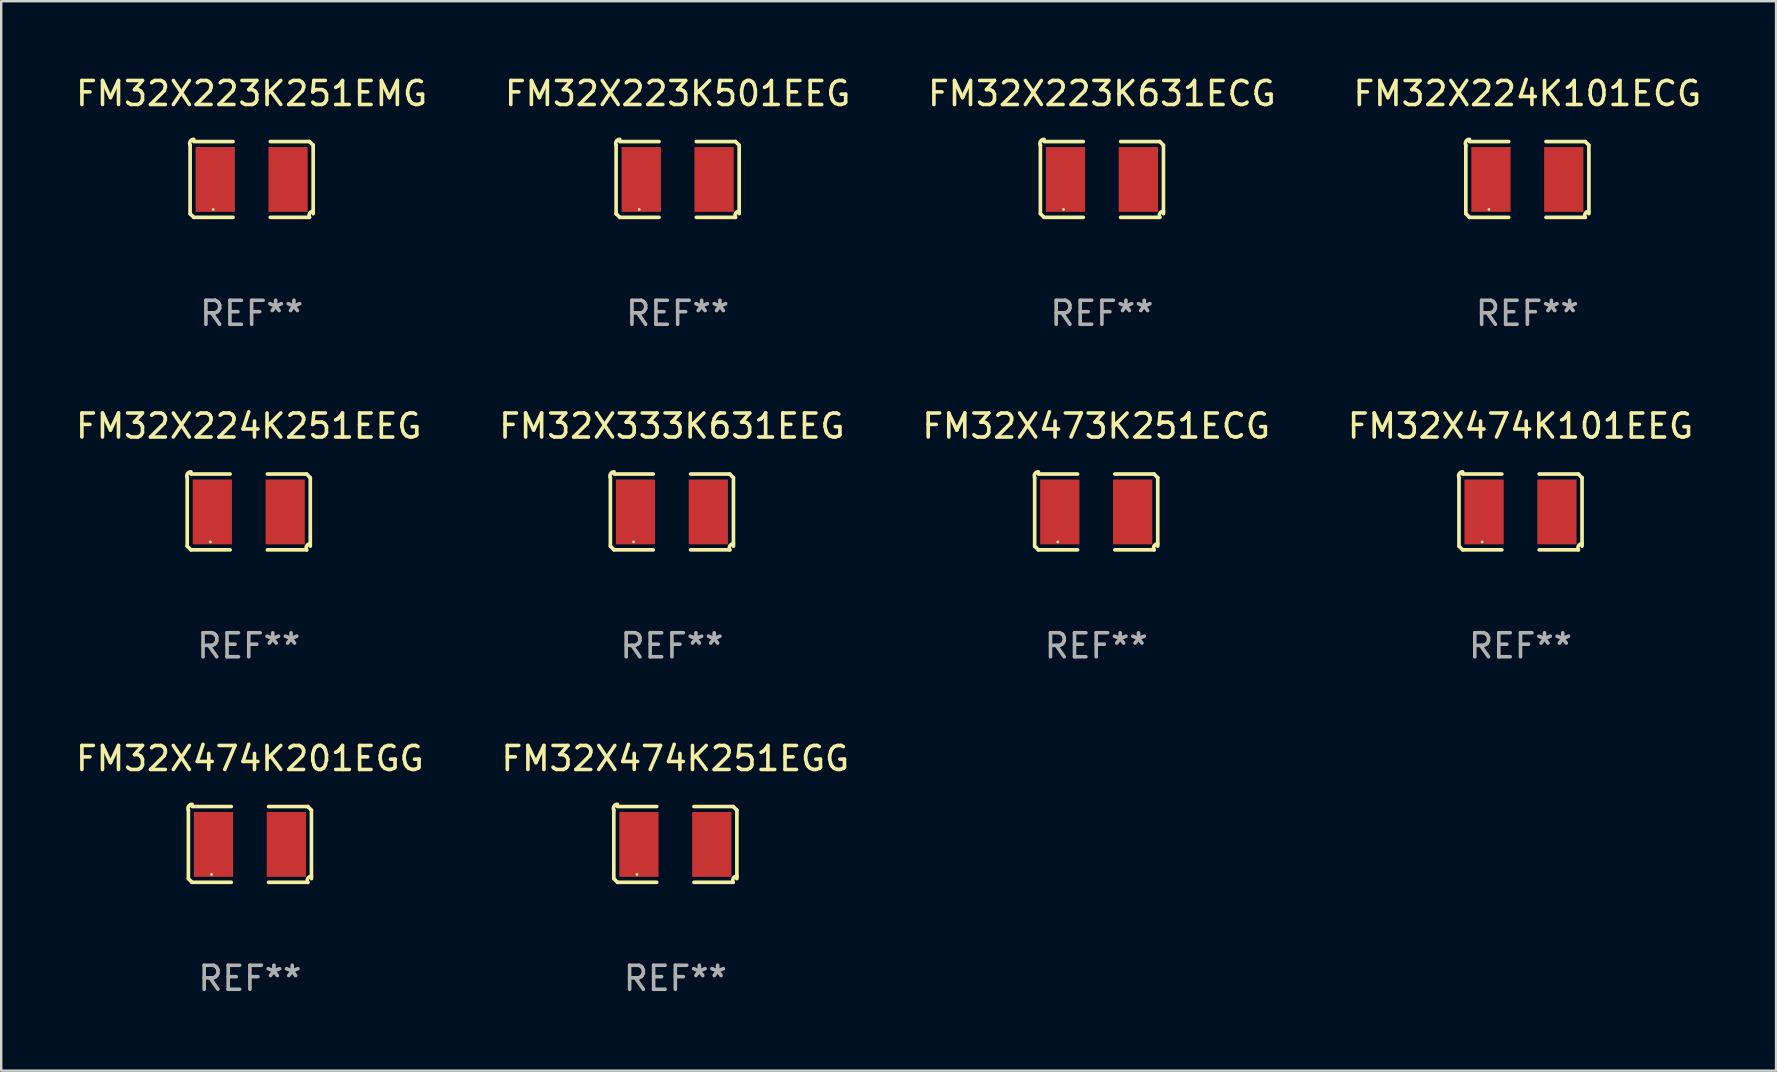
<source format=kicad_pcb>
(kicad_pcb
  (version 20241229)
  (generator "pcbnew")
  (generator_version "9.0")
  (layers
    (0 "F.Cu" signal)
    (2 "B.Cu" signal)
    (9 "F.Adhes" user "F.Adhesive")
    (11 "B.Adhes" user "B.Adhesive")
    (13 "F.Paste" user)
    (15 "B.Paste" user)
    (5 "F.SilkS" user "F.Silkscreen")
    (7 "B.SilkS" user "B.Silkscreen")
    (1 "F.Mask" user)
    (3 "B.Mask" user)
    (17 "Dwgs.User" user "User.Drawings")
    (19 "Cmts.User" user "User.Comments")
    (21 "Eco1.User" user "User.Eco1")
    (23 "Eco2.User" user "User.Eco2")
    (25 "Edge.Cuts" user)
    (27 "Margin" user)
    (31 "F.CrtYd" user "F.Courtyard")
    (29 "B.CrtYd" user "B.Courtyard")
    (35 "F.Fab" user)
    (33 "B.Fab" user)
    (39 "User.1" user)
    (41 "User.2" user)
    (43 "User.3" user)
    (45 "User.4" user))
  (footprint "FM32X224K251EEG"
    (layer "F.Cu")
    (at 7.315 18.281)
    (property "Reference" "FM32X224K251EEG" (at 0 -3.579 0) (layer "F.SilkS") (effects (font (size 1 1) (thickness 0.15))))
    (attr through_hole)
    (fp_line (start -2.564 1.426) (end -2.564 -1.426) (stroke (width 0.152) (type solid)) (layer "F.SilkS"))
    (fp_line (start -2.411 -1.579) (end -0.776 -1.579) (stroke (width 0.152) (type solid)) (layer "F.SilkS"))
    (fp_line (start -0.776 1.579) (end -2.411 1.579) (stroke (width 0.152) (type solid)) (layer "F.SilkS"))
    (fp_line (start 0.776 1.579) (end 2.411 1.579) (stroke (width 0.152) (type solid)) (layer "F.SilkS"))
    (fp_line (start 2.411 -1.579) (end 0.776 -1.579) (stroke (width 0.152) (type solid)) (layer "F.SilkS"))
    (fp_line (start 2.564 1.426) (end 2.564 -1.426) (stroke (width 0.152) (type solid)) (layer "F.SilkS"))
    (fp_arc (start -2.563602 -1.426213) (mid -2.555597 -1.591233) (end -2.411201 -1.671518) (stroke (width 0.1524) (type solid)) (layer "F.SilkS"))
    (fp_arc (start -2.5636 1.426214) (mid -2.487389 1.502402) (end -2.411201 1.578613) (stroke (width 0.1524) (type solid)) (layer "F.SilkS"))
    (fp_arc (start 2.411197 -1.578618) (mid 2.487403 -1.502419) (end 2.563602 -1.426213) (stroke (width 0.1524) (type solid)) (layer "F.SilkS"))
    (fp_arc (start 2.411201 1.578613) (mid 2.416214 1.409455) (end 2.563602 1.32629) (stroke (width 0.1524) (type solid)) (layer "F.SilkS"))
    (fp_circle (center -1.6 1.25) (end -1.57 1.25) (stroke (width 0.06) (type solid)) (fill no) (layer "F.SilkS"))
    (fp_text user "REF**" (at 0 5.579 0) (layer "F.Fab") (effects (font (size 1 1) (thickness 0.15))))
    (pad "1" smd rect (at -1.517 0) (size 1.635 2.7) (layers "F.Cu" "F.Mask" "F.Paste"))
    (pad "2" smd rect (at 1.517 0) (size 1.635 2.7) (layers "F.Cu" "F.Mask" "F.Paste")))
  (footprint "FM32X223K251EMG"
    (layer "F.Cu")
    (at 7.435 4.427)
    (property "Reference" "FM32X223K251EMG" (at 0 -3.579 0) (layer "F.SilkS") (effects (font (size 1 1) (thickness 0.15))))
    (attr through_hole)
    (fp_line (start -2.564 1.426) (end -2.564 -1.426) (stroke (width 0.152) (type solid)) (layer "F.SilkS"))
    (fp_line (start -2.411 -1.579) (end -0.776 -1.579) (stroke (width 0.152) (type solid)) (layer "F.SilkS"))
    (fp_line (start -0.776 1.579) (end -2.411 1.579) (stroke (width 0.152) (type solid)) (layer "F.SilkS"))
    (fp_line (start 0.776 1.579) (end 2.411 1.579) (stroke (width 0.152) (type solid)) (layer "F.SilkS"))
    (fp_line (start 2.411 -1.579) (end 0.776 -1.579) (stroke (width 0.152) (type solid)) (layer "F.SilkS"))
    (fp_line (start 2.564 1.426) (end 2.564 -1.426) (stroke (width 0.152) (type solid)) (layer "F.SilkS"))
    (fp_arc (start -2.563602 -1.426213) (mid -2.555597 -1.591233) (end -2.411201 -1.671518) (stroke (width 0.1524) (type solid)) (layer "F.SilkS"))
    (fp_arc (start -2.5636 1.426214) (mid -2.487389 1.502402) (end -2.411201 1.578613) (stroke (width 0.1524) (type solid)) (layer "F.SilkS"))
    (fp_arc (start 2.411197 -1.578618) (mid 2.487403 -1.502419) (end 2.563602 -1.426213) (stroke (width 0.1524) (type solid)) (layer "F.SilkS"))
    (fp_arc (start 2.411201 1.578613) (mid 2.416214 1.409455) (end 2.563602 1.32629) (stroke (width 0.1524) (type solid)) (layer "F.SilkS"))
    (fp_circle (center -1.6 1.25) (end -1.57 1.25) (stroke (width 0.06) (type solid)) (fill no) (layer "F.SilkS"))
    (fp_text user "REF**" (at 0 5.579 0) (layer "F.Fab") (effects (font (size 1 1) (thickness 0.15))))
    (pad "1" smd rect (at -1.517 0) (size 1.635 2.7) (layers "F.Cu" "F.Mask" "F.Paste"))
    (pad "2" smd rect (at 1.517 0) (size 1.635 2.7) (layers "F.Cu" "F.Mask" "F.Paste")))
  (footprint "FM32X473K251ECG"
    (layer "F.Cu")
    (at 42.625 18.281)
    (property "Reference" "FM32X473K251ECG" (at 0 -3.579 0) (layer "F.SilkS") (effects (font (size 1 1) (thickness 0.15))))
    (attr through_hole)
    (fp_line (start -2.564 1.426) (end -2.564 -1.426) (stroke (width 0.152) (type solid)) (layer "F.SilkS"))
    (fp_line (start -2.411 -1.579) (end -0.776 -1.579) (stroke (width 0.152) (type solid)) (layer "F.SilkS"))
    (fp_line (start -0.776 1.579) (end -2.411 1.579) (stroke (width 0.152) (type solid)) (layer "F.SilkS"))
    (fp_line (start 0.776 1.579) (end 2.411 1.579) (stroke (width 0.152) (type solid)) (layer "F.SilkS"))
    (fp_line (start 2.411 -1.579) (end 0.776 -1.579) (stroke (width 0.152) (type solid)) (layer "F.SilkS"))
    (fp_line (start 2.564 1.426) (end 2.564 -1.426) (stroke (width 0.152) (type solid)) (layer "F.SilkS"))
    (fp_arc (start -2.563602 -1.426213) (mid -2.555597 -1.591233) (end -2.411201 -1.671518) (stroke (width 0.1524) (type solid)) (layer "F.SilkS"))
    (fp_arc (start -2.5636 1.426214) (mid -2.487389 1.502402) (end -2.411201 1.578613) (stroke (width 0.1524) (type solid)) (layer "F.SilkS"))
    (fp_arc (start 2.411197 -1.578618) (mid 2.487403 -1.502419) (end 2.563602 -1.426213) (stroke (width 0.1524) (type solid)) (layer "F.SilkS"))
    (fp_arc (start 2.411201 1.578613) (mid 2.416214 1.409455) (end 2.563602 1.32629) (stroke (width 0.1524) (type solid)) (layer "F.SilkS"))
    (fp_circle (center -1.6 1.25) (end -1.57 1.25) (stroke (width 0.06) (type solid)) (fill no) (layer "F.SilkS"))
    (fp_text user "REF**" (at 0 5.579 0) (layer "F.Fab") (effects (font (size 1 1) (thickness 0.15))))
    (pad "1" smd rect (at -1.517 0) (size 1.635 2.7) (layers "F.Cu" "F.Mask" "F.Paste"))
    (pad "2" smd rect (at 1.517 0) (size 1.635 2.7) (layers "F.Cu" "F.Mask" "F.Paste")))
  (footprint "FM32X223K501EEG"
    (layer "F.Cu")
    (at 25.185 4.427)
    (property "Reference" "FM32X223K501EEG" (at 0 -3.579 0) (layer "F.SilkS") (effects (font (size 1 1) (thickness 0.15))))
    (attr through_hole)
    (fp_line (start -2.564 1.426) (end -2.564 -1.426) (stroke (width 0.152) (type solid)) (layer "F.SilkS"))
    (fp_line (start -2.411 -1.579) (end -0.776 -1.579) (stroke (width 0.152) (type solid)) (layer "F.SilkS"))
    (fp_line (start -0.776 1.579) (end -2.411 1.579) (stroke (width 0.152) (type solid)) (layer "F.SilkS"))
    (fp_line (start 0.776 1.579) (end 2.411 1.579) (stroke (width 0.152) (type solid)) (layer "F.SilkS"))
    (fp_line (start 2.411 -1.579) (end 0.776 -1.579) (stroke (width 0.152) (type solid)) (layer "F.SilkS"))
    (fp_line (start 2.564 1.426) (end 2.564 -1.426) (stroke (width 0.152) (type solid)) (layer "F.SilkS"))
    (fp_arc (start -2.563602 -1.426213) (mid -2.555597 -1.591233) (end -2.411201 -1.671518) (stroke (width 0.1524) (type solid)) (layer "F.SilkS"))
    (fp_arc (start -2.5636 1.426214) (mid -2.487389 1.502402) (end -2.411201 1.578613) (stroke (width 0.1524) (type solid)) (layer "F.SilkS"))
    (fp_arc (start 2.411197 -1.578618) (mid 2.487403 -1.502419) (end 2.563602 -1.426213) (stroke (width 0.1524) (type solid)) (layer "F.SilkS"))
    (fp_arc (start 2.411201 1.578613) (mid 2.416214 1.409455) (end 2.563602 1.32629) (stroke (width 0.1524) (type solid)) (layer "F.SilkS"))
    (fp_circle (center -1.6 1.25) (end -1.57 1.25) (stroke (width 0.06) (type solid)) (fill no) (layer "F.SilkS"))
    (fp_text user "REF**" (at 0 5.579 0) (layer "F.Fab") (effects (font (size 1 1) (thickness 0.15))))
    (pad "1" smd rect (at -1.517 0) (size 1.635 2.7) (layers "F.Cu" "F.Mask" "F.Paste"))
    (pad "2" smd rect (at 1.517 0) (size 1.635 2.7) (layers "F.Cu" "F.Mask" "F.Paste")))
  (footprint "FM32X474K101EEG"
    (layer "F.Cu")
    (at 60.304 18.281)
    (property "Reference" "FM32X474K101EEG" (at 0 -3.579 0) (layer "F.SilkS") (effects (font (size 1 1) (thickness 0.15))))
    (attr through_hole)
    (fp_line (start -2.564 1.426) (end -2.564 -1.426) (stroke (width 0.152) (type solid)) (layer "F.SilkS"))
    (fp_line (start -2.411 -1.579) (end -0.776 -1.579) (stroke (width 0.152) (type solid)) (layer "F.SilkS"))
    (fp_line (start -0.776 1.579) (end -2.411 1.579) (stroke (width 0.152) (type solid)) (layer "F.SilkS"))
    (fp_line (start 0.776 1.579) (end 2.411 1.579) (stroke (width 0.152) (type solid)) (layer "F.SilkS"))
    (fp_line (start 2.411 -1.579) (end 0.776 -1.579) (stroke (width 0.152) (type solid)) (layer "F.SilkS"))
    (fp_line (start 2.564 1.426) (end 2.564 -1.426) (stroke (width 0.152) (type solid)) (layer "F.SilkS"))
    (fp_arc (start -2.563602 -1.426213) (mid -2.555597 -1.591233) (end -2.411201 -1.671518) (stroke (width 0.1524) (type solid)) (layer "F.SilkS"))
    (fp_arc (start -2.5636 1.426214) (mid -2.487389 1.502402) (end -2.411201 1.578613) (stroke (width 0.1524) (type solid)) (layer "F.SilkS"))
    (fp_arc (start 2.411197 -1.578618) (mid 2.487403 -1.502419) (end 2.563602 -1.426213) (stroke (width 0.1524) (type solid)) (layer "F.SilkS"))
    (fp_arc (start 2.411201 1.578613) (mid 2.416214 1.409455) (end 2.563602 1.32629) (stroke (width 0.1524) (type solid)) (layer "F.SilkS"))
    (fp_circle (center -1.6 1.25) (end -1.57 1.25) (stroke (width 0.06) (type solid)) (fill no) (layer "F.SilkS"))
    (fp_text user "REF**" (at 0 5.579 0) (layer "F.Fab") (effects (font (size 1 1) (thickness 0.15))))
    (pad "1" smd rect (at -1.517 0) (size 1.635 2.7) (layers "F.Cu" "F.Mask" "F.Paste"))
    (pad "2" smd rect (at 1.517 0) (size 1.635 2.7) (layers "F.Cu" "F.Mask" "F.Paste")))
  (footprint "FM32X474K201EGG"
    (layer "F.Cu")
    (at 7.363 32.134)
    (property "Reference" "FM32X474K201EGG" (at 0 -3.579 0) (layer "F.SilkS") (effects (font (size 1 1) (thickness 0.15))))
    (attr through_hole)
    (fp_line (start -2.564 1.426) (end -2.564 -1.426) (stroke (width 0.152) (type solid)) (layer "F.SilkS"))
    (fp_line (start -2.411 -1.579) (end -0.776 -1.579) (stroke (width 0.152) (type solid)) (layer "F.SilkS"))
    (fp_line (start -0.776 1.579) (end -2.411 1.579) (stroke (width 0.152) (type solid)) (layer "F.SilkS"))
    (fp_line (start 0.776 1.579) (end 2.411 1.579) (stroke (width 0.152) (type solid)) (layer "F.SilkS"))
    (fp_line (start 2.411 -1.579) (end 0.776 -1.579) (stroke (width 0.152) (type solid)) (layer "F.SilkS"))
    (fp_line (start 2.564 1.426) (end 2.564 -1.426) (stroke (width 0.152) (type solid)) (layer "F.SilkS"))
    (fp_arc (start -2.563602 -1.426213) (mid -2.555597 -1.591233) (end -2.411201 -1.671518) (stroke (width 0.1524) (type solid)) (layer "F.SilkS"))
    (fp_arc (start -2.5636 1.426214) (mid -2.487389 1.502402) (end -2.411201 1.578613) (stroke (width 0.1524) (type solid)) (layer "F.SilkS"))
    (fp_arc (start 2.411197 -1.578618) (mid 2.487403 -1.502419) (end 2.563602 -1.426213) (stroke (width 0.1524) (type solid)) (layer "F.SilkS"))
    (fp_arc (start 2.411201 1.578613) (mid 2.416214 1.409455) (end 2.563602 1.32629) (stroke (width 0.1524) (type solid)) (layer "F.SilkS"))
    (fp_circle (center -1.6 1.25) (end -1.57 1.25) (stroke (width 0.06) (type solid)) (fill no) (layer "F.SilkS"))
    (fp_text user "REF**" (at 0 5.579 0) (layer "F.Fab") (effects (font (size 1 1) (thickness 0.15))))
    (pad "1" smd rect (at -1.517 0) (size 1.635 2.7) (layers "F.Cu" "F.Mask" "F.Paste"))
    (pad "2" smd rect (at 1.517 0) (size 1.635 2.7) (layers "F.Cu" "F.Mask" "F.Paste")))
  (footprint "FM32X333K631EEG"
    (layer "F.Cu")
    (at 24.946 18.281)
    (property "Reference" "FM32X333K631EEG" (at 0 -3.579 0) (layer "F.SilkS") (effects (font (size 1 1) (thickness 0.15))))
    (attr through_hole)
    (fp_line (start -2.564 1.426) (end -2.564 -1.426) (stroke (width 0.152) (type solid)) (layer "F.SilkS"))
    (fp_line (start -2.411 -1.579) (end -0.776 -1.579) (stroke (width 0.152) (type solid)) (layer "F.SilkS"))
    (fp_line (start -0.776 1.579) (end -2.411 1.579) (stroke (width 0.152) (type solid)) (layer "F.SilkS"))
    (fp_line (start 0.776 1.579) (end 2.411 1.579) (stroke (width 0.152) (type solid)) (layer "F.SilkS"))
    (fp_line (start 2.411 -1.579) (end 0.776 -1.579) (stroke (width 0.152) (type solid)) (layer "F.SilkS"))
    (fp_line (start 2.564 1.426) (end 2.564 -1.426) (stroke (width 0.152) (type solid)) (layer "F.SilkS"))
    (fp_arc (start -2.563602 -1.426213) (mid -2.555597 -1.591233) (end -2.411201 -1.671518) (stroke (width 0.1524) (type solid)) (layer "F.SilkS"))
    (fp_arc (start -2.5636 1.426214) (mid -2.487389 1.502402) (end -2.411201 1.578613) (stroke (width 0.1524) (type solid)) (layer "F.SilkS"))
    (fp_arc (start 2.411197 -1.578618) (mid 2.487403 -1.502419) (end 2.563602 -1.426213) (stroke (width 0.1524) (type solid)) (layer "F.SilkS"))
    (fp_arc (start 2.411201 1.578613) (mid 2.416214 1.409455) (end 2.563602 1.32629) (stroke (width 0.1524) (type solid)) (layer "F.SilkS"))
    (fp_circle (center -1.6 1.25) (end -1.57 1.25) (stroke (width 0.06) (type solid)) (fill no) (layer "F.SilkS"))
    (fp_text user "REF**" (at 0 5.579 0) (layer "F.Fab") (effects (font (size 1 1) (thickness 0.15))))
    (pad "1" smd rect (at -1.517 0) (size 1.635 2.7) (layers "F.Cu" "F.Mask" "F.Paste"))
    (pad "2" smd rect (at 1.517 0) (size 1.635 2.7) (layers "F.Cu" "F.Mask" "F.Paste")))
  (footprint "FM32X474K251EGG"
    (layer "F.Cu")
    (at 25.089 32.134)
    (property "Reference" "FM32X474K251EGG" (at 0 -3.579 0) (layer "F.SilkS") (effects (font (size 1 1) (thickness 0.15))))
    (attr through_hole)
    (fp_line (start -2.564 1.426) (end -2.564 -1.426) (stroke (width 0.152) (type solid)) (layer "F.SilkS"))
    (fp_line (start -2.411 -1.579) (end -0.776 -1.579) (stroke (width 0.152) (type solid)) (layer "F.SilkS"))
    (fp_line (start -0.776 1.579) (end -2.411 1.579) (stroke (width 0.152) (type solid)) (layer "F.SilkS"))
    (fp_line (start 0.776 1.579) (end 2.411 1.579) (stroke (width 0.152) (type solid)) (layer "F.SilkS"))
    (fp_line (start 2.411 -1.579) (end 0.776 -1.579) (stroke (width 0.152) (type solid)) (layer "F.SilkS"))
    (fp_line (start 2.564 1.426) (end 2.564 -1.426) (stroke (width 0.152) (type solid)) (layer "F.SilkS"))
    (fp_arc (start -2.563602 -1.426213) (mid -2.555597 -1.591233) (end -2.411201 -1.671518) (stroke (width 0.1524) (type solid)) (layer "F.SilkS"))
    (fp_arc (start -2.5636 1.426214) (mid -2.487389 1.502402) (end -2.411201 1.578613) (stroke (width 0.1524) (type solid)) (layer "F.SilkS"))
    (fp_arc (start 2.411197 -1.578618) (mid 2.487403 -1.502419) (end 2.563602 -1.426213) (stroke (width 0.1524) (type solid)) (layer "F.SilkS"))
    (fp_arc (start 2.411201 1.578613) (mid 2.416214 1.409455) (end 2.563602 1.32629) (stroke (width 0.1524) (type solid)) (layer "F.SilkS"))
    (fp_circle (center -1.6 1.25) (end -1.57 1.25) (stroke (width 0.06) (type solid)) (fill no) (layer "F.SilkS"))
    (fp_text user "REF**" (at 0 5.579 0) (layer "F.Fab") (effects (font (size 1 1) (thickness 0.15))))
    (pad "1" smd rect (at -1.517 0) (size 1.635 2.7) (layers "F.Cu" "F.Mask" "F.Paste"))
    (pad "2" smd rect (at 1.517 0) (size 1.635 2.7) (layers "F.Cu" "F.Mask" "F.Paste")))
  (footprint "FM32X224K101ECG"
    (layer "F.Cu")
    (at 60.589 4.427)
    (property "Reference" "FM32X224K101ECG" (at 0 -3.579 0) (layer "F.SilkS") (effects (font (size 1 1) (thickness 0.15))))
    (attr through_hole)
    (fp_line (start -2.564 1.426) (end -2.564 -1.426) (stroke (width 0.152) (type solid)) (layer "F.SilkS"))
    (fp_line (start -2.411 -1.579) (end -0.776 -1.579) (stroke (width 0.152) (type solid)) (layer "F.SilkS"))
    (fp_line (start -0.776 1.579) (end -2.411 1.579) (stroke (width 0.152) (type solid)) (layer "F.SilkS"))
    (fp_line (start 0.776 1.579) (end 2.411 1.579) (stroke (width 0.152) (type solid)) (layer "F.SilkS"))
    (fp_line (start 2.411 -1.579) (end 0.776 -1.579) (stroke (width 0.152) (type solid)) (layer "F.SilkS"))
    (fp_line (start 2.564 1.426) (end 2.564 -1.426) (stroke (width 0.152) (type solid)) (layer "F.SilkS"))
    (fp_arc (start -2.563602 -1.426213) (mid -2.555597 -1.591233) (end -2.411201 -1.671518) (stroke (width 0.1524) (type solid)) (layer "F.SilkS"))
    (fp_arc (start -2.5636 1.426214) (mid -2.487389 1.502402) (end -2.411201 1.578613) (stroke (width 0.1524) (type solid)) (layer "F.SilkS"))
    (fp_arc (start 2.411197 -1.578618) (mid 2.487403 -1.502419) (end 2.563602 -1.426213) (stroke (width 0.1524) (type solid)) (layer "F.SilkS"))
    (fp_arc (start 2.411201 1.578613) (mid 2.416214 1.409455) (end 2.563602 1.32629) (stroke (width 0.1524) (type solid)) (layer "F.SilkS"))
    (fp_circle (center -1.6 1.25) (end -1.57 1.25) (stroke (width 0.06) (type solid)) (fill no) (layer "F.SilkS"))
    (fp_text user "REF**" (at 0 5.579 0) (layer "F.Fab") (effects (font (size 1 1) (thickness 0.15))))
    (pad "1" smd rect (at -1.517 0) (size 1.635 2.7) (layers "F.Cu" "F.Mask" "F.Paste"))
    (pad "2" smd rect (at 1.517 0) (size 1.635 2.7) (layers "F.Cu" "F.Mask" "F.Paste")))
  (footprint "FM32X223K631ECG"
    (layer "F.Cu")
    (at 42.863 4.427)
    (property "Reference" "FM32X223K631ECG" (at 0 -3.579 0) (layer "F.SilkS") (effects (font (size 1 1) (thickness 0.15))))
    (attr through_hole)
    (fp_line (start -2.564 1.426) (end -2.564 -1.426) (stroke (width 0.152) (type solid)) (layer "F.SilkS"))
    (fp_line (start -2.411 -1.579) (end -0.776 -1.579) (stroke (width 0.152) (type solid)) (layer "F.SilkS"))
    (fp_line (start -0.776 1.579) (end -2.411 1.579) (stroke (width 0.152) (type solid)) (layer "F.SilkS"))
    (fp_line (start 0.776 1.579) (end 2.411 1.579) (stroke (width 0.152) (type solid)) (layer "F.SilkS"))
    (fp_line (start 2.411 -1.579) (end 0.776 -1.579) (stroke (width 0.152) (type solid)) (layer "F.SilkS"))
    (fp_line (start 2.564 1.426) (end 2.564 -1.426) (stroke (width 0.152) (type solid)) (layer "F.SilkS"))
    (fp_arc (start -2.563602 -1.426213) (mid -2.555597 -1.591233) (end -2.411201 -1.671518) (stroke (width 0.1524) (type solid)) (layer "F.SilkS"))
    (fp_arc (start -2.5636 1.426214) (mid -2.487389 1.502402) (end -2.411201 1.578613) (stroke (width 0.1524) (type solid)) (layer "F.SilkS"))
    (fp_arc (start 2.411197 -1.578618) (mid 2.487403 -1.502419) (end 2.563602 -1.426213) (stroke (width 0.1524) (type solid)) (layer "F.SilkS"))
    (fp_arc (start 2.411201 1.578613) (mid 2.416214 1.409455) (end 2.563602 1.32629) (stroke (width 0.1524) (type solid)) (layer "F.SilkS"))
    (fp_circle (center -1.6 1.25) (end -1.57 1.25) (stroke (width 0.06) (type solid)) (fill no) (layer "F.SilkS"))
    (fp_text user "REF**" (at 0 5.579 0) (layer "F.Fab") (effects (font (size 1 1) (thickness 0.15))))
    (pad "1" smd rect (at -1.517 0) (size 1.635 2.7) (layers "F.Cu" "F.Mask" "F.Paste"))
    (pad "2" smd rect (at 1.517 0) (size 1.635 2.7) (layers "F.Cu" "F.Mask" "F.Paste")))
  (gr_rect
    (start -3 -3)
    (end 70.952 41.561)
    (stroke (width 0.1) (type default))
    (fill no)
    (layer "Edge.Cuts")))
</source>
